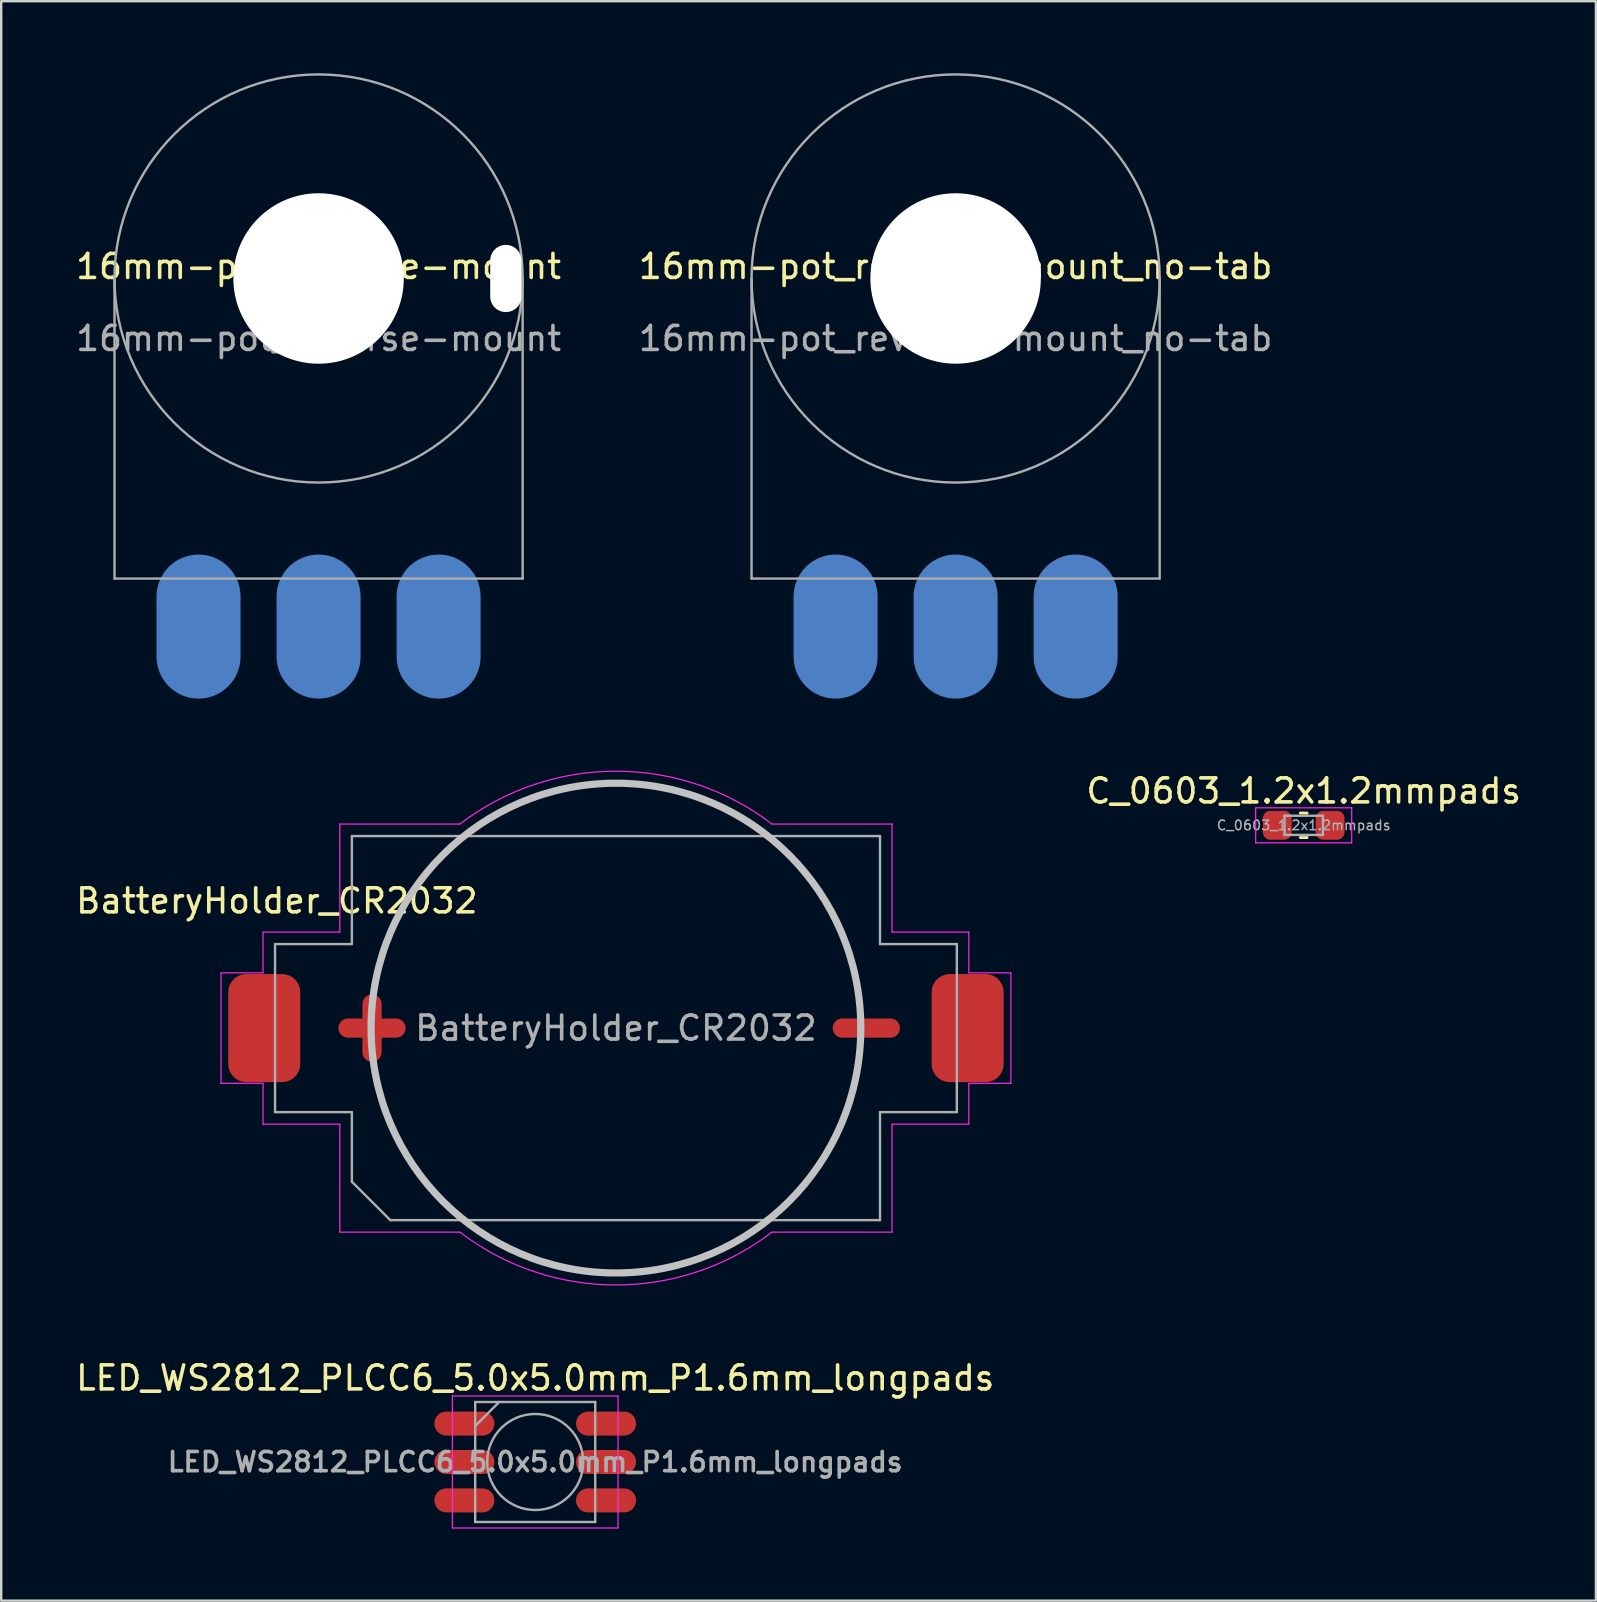
<source format=kicad_pcb>
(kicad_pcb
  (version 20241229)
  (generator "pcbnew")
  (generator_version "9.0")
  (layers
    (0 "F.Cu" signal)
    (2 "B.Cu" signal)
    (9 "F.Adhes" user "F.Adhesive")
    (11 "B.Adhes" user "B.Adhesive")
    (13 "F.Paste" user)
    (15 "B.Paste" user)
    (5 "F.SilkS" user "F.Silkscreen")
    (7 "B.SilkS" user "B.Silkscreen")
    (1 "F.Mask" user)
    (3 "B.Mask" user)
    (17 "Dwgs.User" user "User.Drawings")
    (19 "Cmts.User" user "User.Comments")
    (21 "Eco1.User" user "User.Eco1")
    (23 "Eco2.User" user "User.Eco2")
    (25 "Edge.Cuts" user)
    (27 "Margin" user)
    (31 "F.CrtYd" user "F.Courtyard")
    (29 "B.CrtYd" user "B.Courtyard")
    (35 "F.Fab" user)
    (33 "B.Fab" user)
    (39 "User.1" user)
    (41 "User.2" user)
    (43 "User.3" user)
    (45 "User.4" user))
  (footprint "BatteryHolder_CR2032"
    (layer "F.Cu")
    (at 22.607 39.775)
    (property "Reference" "BatteryHolder_CR2032" (at -14.125 -5.3 0) (layer "F.SilkS") (effects (font (size 1 1) (thickness 0.15))))
    (attr smd)
    (fp_line (start -10.16 -1) (end -10.16 1) (stroke (width 0.8) (type solid)) (layer "F.Cu"))
    (fp_line (start -9.16 0) (end -11.16 0) (stroke (width 0.8) (type solid)) (layer "F.Cu"))
    (fp_line (start 11.43 0) (end 9.43 0) (stroke (width 0.8) (type solid)) (layer "F.Cu"))
    (fp_circle (center 0 0) (end -10.2 0) (stroke (width 0.3) (type solid)) (fill no) (layer "Dwgs.User"))
    (fp_line (start -16.45 2.3) (end -16.45 -2.3) (stroke (width 0.05) (type solid)) (layer "F.CrtYd"))
    (fp_line (start -14.7 -4) (end -11.5 -4) (stroke (width 0.05) (type solid)) (layer "F.CrtYd"))
    (fp_line (start -14.7 -2.3) (end -16.45 -2.3) (stroke (width 0.05) (type solid)) (layer "F.CrtYd"))
    (fp_line (start -14.7 -2.3) (end -14.7 -4) (stroke (width 0.05) (type solid)) (layer "F.CrtYd"))
    (fp_line (start -14.7 2.3) (end -16.45 2.3) (stroke (width 0.05) (type solid)) (layer "F.CrtYd"))
    (fp_line (start -14.7 4) (end -14.7 2.3) (stroke (width 0.05) (type solid)) (layer "F.CrtYd"))
    (fp_line (start -14.7 4) (end -11.5 4) (stroke (width 0.05) (type solid)) (layer "F.CrtYd"))
    (fp_line (start -11.5 -8.5) (end -6.5 -8.5) (stroke (width 0.05) (type solid)) (layer "F.CrtYd"))
    (fp_line (start -11.5 -4) (end -11.5 -8.5) (stroke (width 0.05) (type solid)) (layer "F.CrtYd"))
    (fp_line (start -11.5 4) (end -11.5 8.5) (stroke (width 0.05) (type solid)) (layer "F.CrtYd"))
    (fp_line (start -6.5 8.5) (end -11.5 8.5) (stroke (width 0.05) (type solid)) (layer "F.CrtYd"))
    (fp_line (start 11.5 -8.5) (end 6.5 -8.5) (stroke (width 0.05) (type solid)) (layer "F.CrtYd"))
    (fp_line (start 11.5 -8.5) (end 11.5 -4) (stroke (width 0.05) (type solid)) (layer "F.CrtYd"))
    (fp_line (start 11.5 -4) (end 14.7 -4) (stroke (width 0.05) (type solid)) (layer "F.CrtYd"))
    (fp_line (start 11.5 4) (end 11.5 8.5) (stroke (width 0.05) (type solid)) (layer "F.CrtYd"))
    (fp_line (start 11.5 8.5) (end 6.5 8.5) (stroke (width 0.05) (type solid)) (layer "F.CrtYd"))
    (fp_line (start 14.7 -4) (end 14.7 -2.3) (stroke (width 0.05) (type solid)) (layer "F.CrtYd"))
    (fp_line (start 14.7 -2.3) (end 16.45 -2.3) (stroke (width 0.05) (type solid)) (layer "F.CrtYd"))
    (fp_line (start 14.7 2.3) (end 14.7 4) (stroke (width 0.05) (type solid)) (layer "F.CrtYd"))
    (fp_line (start 14.7 4) (end 11.5 4) (stroke (width 0.05) (type solid)) (layer "F.CrtYd"))
    (fp_line (start 16.45 -2.3) (end 16.45 2.3) (stroke (width 0.05) (type solid)) (layer "F.CrtYd"))
    (fp_line (start 16.45 2.3) (end 14.7 2.3) (stroke (width 0.05) (type solid)) (layer "F.CrtYd"))
    (fp_arc (start -6.499999 -8.5) (mid 0 -10.700467) (end 6.5 -8.5) (stroke (width 0.05) (type solid)) (layer "F.CrtYd"))
    (fp_arc (start 6.499999 8.5) (mid 0 10.700467) (end -6.5 8.5) (stroke (width 0.05) (type solid)) (layer "F.CrtYd"))
    (fp_line (start -14.2 -3.5) (end -11 -3.5) (stroke (width 0.1) (type solid)) (layer "F.Fab"))
    (fp_line (start -14.2 3.5) (end -14.2 -3.5) (stroke (width 0.1) (type solid)) (layer "F.Fab"))
    (fp_line (start -11 -8) (end -11 -3.5) (stroke (width 0.1) (type solid)) (layer "F.Fab"))
    (fp_line (start -11 3.5) (end -14.2 3.5) (stroke (width 0.1) (type solid)) (layer "F.Fab"))
    (fp_line (start -11 6.4) (end -11 3.5) (stroke (width 0.1) (type solid)) (layer "F.Fab"))
    (fp_line (start -9.4 8) (end -11 6.4) (stroke (width 0.1) (type solid)) (layer "F.Fab"))
    (fp_line (start 11 -8) (end -11 -8) (stroke (width 0.1) (type solid)) (layer "F.Fab"))
    (fp_line (start 11 -8) (end 11 -3.5) (stroke (width 0.1) (type solid)) (layer "F.Fab"))
    (fp_line (start 11 3.5) (end 14.2 3.5) (stroke (width 0.1) (type solid)) (layer "F.Fab"))
    (fp_line (start 11 8) (end -9.4 8) (stroke (width 0.1) (type solid)) (layer "F.Fab"))
    (fp_line (start 11 8) (end 11 3.5) (stroke (width 0.1) (type solid)) (layer "F.Fab"))
    (fp_line (start 14.2 -3.5) (end 11 -3.5) (stroke (width 0.1) (type solid)) (layer "F.Fab"))
    (fp_line (start 14.2 3.5) (end 14.2 -3.5) (stroke (width 0.1) (type solid)) (layer "F.Fab"))
    (fp_text user "${REFERENCE}" (at 0 0 0) (layer "F.Fab") (effects (font (size 1 1) (thickness 0.15))))
    (pad "1" smd roundrect (at -14.65 0 180) (size 3 4.5) (layers "F.Cu" "F.Mask" "F.Paste") (roundrect_rratio 0.25))
    (pad "2" smd roundrect (at 14.65 0 180) (size 3 4.5) (layers "F.Cu" "F.Mask" "F.Paste") (roundrect_rratio 0.25)))
  (footprint "LED_WS2812_PLCC6_5.0x5.0mm_P1.6mm_longpads"
    (layer "F.Cu")
    (at 19.244 57.849)
    (property "Reference" "LED_WS2812_PLCC6_5.0x5.0mm_P1.6mm_longpads" (at 0 -3.5 0) (layer "F.SilkS") (effects (font (size 1 1) (thickness 0.15))))
    (attr smd)
    (fp_line (start -3.45 -2.75) (end -3.45 2.75) (stroke (width 0.05) (type solid)) (layer "F.CrtYd"))
    (fp_line (start -3.45 2.75) (end 3.45 2.75) (stroke (width 0.05) (type solid)) (layer "F.CrtYd"))
    (fp_line (start 3.45 -2.75) (end -3.45 -2.75) (stroke (width 0.05) (type solid)) (layer "F.CrtYd"))
    (fp_line (start 3.45 2.75) (end 3.45 -2.75) (stroke (width 0.05) (type solid)) (layer "F.CrtYd"))
    (fp_line (start -2.5 -2.5) (end 2.5 -2.5) (stroke (width 0.1) (type solid)) (layer "F.Fab"))
    (fp_line (start -2.5 -1.5) (end -1.5 -2.5) (stroke (width 0.1) (type solid)) (layer "F.Fab"))
    (fp_line (start -2.5 2.5) (end -2.5 -2.5) (stroke (width 0.1) (type solid)) (layer "F.Fab"))
    (fp_line (start 2.5 -2.5) (end 2.5 2.5) (stroke (width 0.1) (type solid)) (layer "F.Fab"))
    (fp_line (start 2.5 2.5) (end -2.5 2.5) (stroke (width 0.1) (type solid)) (layer "F.Fab"))
    (fp_circle (center 0 0) (end 0 -2) (stroke (width 0.1) (type solid)) (fill no) (layer "F.Fab"))
    (fp_text user "${REFERENCE}" (at 0 0 0) (layer "F.Fab") (effects (font (size 0.8 0.8) (thickness 0.15))))
    (pad "1" smd oval (at -2.45 -1.6) (size 2.5 1) (drill (offset -0.5 0)) (layers "F.Cu" "F.Mask" "F.Paste"))
    (pad "2" smd oval (at -2.45 0) (size 2.5 1) (drill (offset -0.5 0)) (layers "F.Cu" "F.Mask" "F.Paste"))
    (pad "3" smd oval (at -2.45 1.6) (size 2.5 1) (drill (offset -0.5 0)) (layers "F.Cu" "F.Mask" "F.Paste"))
    (pad "4" smd oval (at 2.45 1.6) (size 2.5 1) (drill (offset 0.5 0)) (layers "F.Cu" "F.Mask" "F.Paste"))
    (pad "5" smd oval (at 2.45 0) (size 2.5 1) (drill (offset 0.5 0)) (layers "F.Cu" "F.Mask" "F.Paste"))
    (pad "6" smd oval (at 2.45 -1.6) (size 2.5 1) (drill (offset 0.5 0)) (layers "F.Cu" "F.Mask" "F.Paste")))
  (footprint "16mm-pot_reverse-mount"
    (layer "F.Cu")
    (at 10.22 8.55)
    (property "Reference" "16mm-pot_reverse-mount" (at 0 -0.5 0) (unlocked yes) (layer "F.SilkS") (effects (font (size 1 1) (thickness 0.15))))
    (fp_line (start -8.5 12.5) (end -8.5 0) (stroke (width 0.1) (type solid)) (layer "F.Fab"))
    (fp_line (start 8.5 0) (end 8.5 12.5) (stroke (width 0.1) (type solid)) (layer "F.Fab"))
    (fp_line (start 8.5 12.5) (end -8.5 12.5) (stroke (width 0.1) (type solid)) (layer "F.Fab"))
    (fp_circle (center 0 0) (end 8.5 0) (stroke (width 0.1) (type solid)) (fill no) (layer "F.Fab"))
    (fp_text user "${REFERENCE}" (at 0 2.5 0) (unlocked yes) (layer "F.Fab") (effects (font (size 1 1) (thickness 0.15))))
    (pad "" np_thru_hole circle (at 0 0) (size 7.1 7.1) (drill 7.1) (layers "*.Cu" "*.Mask"))
    (pad "" np_thru_hole oval (at 7.8 0) (size 1.3 2.8) (drill oval 1.3 2.8) (layers "*.Cu" "*.Mask"))
    (pad "1" smd oval (at -5 14.5) (size 3.5 6) (layers "B.Cu" "B.Mask" "B.Paste"))
    (pad "2" smd oval (at 0 14.5) (size 3.5 6) (layers "B.Cu" "B.Mask" "B.Paste"))
    (pad "3" smd oval (at 5 14.5) (size 3.5 6) (layers "B.Cu" "B.Mask" "B.Paste")))
  (footprint "16mm-pot_reverse-mount_no-tab"
    (layer "F.Cu")
    (at 36.756 8.55)
    (property "Reference" "16mm-pot_reverse-mount_no-tab" (at 0 -0.5 0) (unlocked yes) (layer "F.SilkS") (effects (font (size 1 1) (thickness 0.15))))
    (fp_line (start -8.5 12.5) (end -8.5 0) (stroke (width 0.1) (type solid)) (layer "F.Fab"))
    (fp_line (start 8.5 0) (end 8.5 12.5) (stroke (width 0.1) (type solid)) (layer "F.Fab"))
    (fp_line (start 8.5 12.5) (end -8.5 12.5) (stroke (width 0.1) (type solid)) (layer "F.Fab"))
    (fp_circle (center 0 0) (end 8.5 0) (stroke (width 0.1) (type solid)) (fill no) (layer "F.Fab"))
    (fp_text user "${REFERENCE}" (at 0 2.5 0) (unlocked yes) (layer "F.Fab") (effects (font (size 1 1) (thickness 0.15))))
    (pad "" np_thru_hole circle (at 0 0) (size 7.1 7.1) (drill 7.1) (layers "*.Cu" "*.Mask"))
    (pad "1" smd oval (at -5 14.5) (size 3.5 6) (layers "B.Cu" "B.Mask" "B.Paste"))
    (pad "2" smd oval (at 0 14.5) (size 3.5 6) (layers "B.Cu" "B.Mask" "B.Paste"))
    (pad "3" smd oval (at 5 14.5) (size 3.5 6) (layers "B.Cu" "B.Mask" "B.Paste")))
  (footprint "C_0603_1.2x1.2mmpads"
    (layer "F.Cu")
    (at 51.255 31.328)
    (property "Reference" "C_0603_1.2x1.2mmpads" (at 0 -1.43 0) (layer "F.SilkS") (effects (font (size 1 1) (thickness 0.15))))
    (attr smd)
    (fp_line (start -0.141 -0.51) (end 0.141 -0.51) (stroke (width 0.12) (type solid)) (layer "F.SilkS"))
    (fp_line (start -0.141 0.51) (end 0.141 0.51) (stroke (width 0.12) (type solid)) (layer "F.SilkS"))
    (fp_line (start -2 -0.73) (end 2 -0.73) (stroke (width 0.05) (type solid)) (layer "F.CrtYd"))
    (fp_line (start -2 0.73) (end -2 -0.73) (stroke (width 0.05) (type solid)) (layer "F.CrtYd"))
    (fp_line (start 2 -0.73) (end 2 0.73) (stroke (width 0.05) (type solid)) (layer "F.CrtYd"))
    (fp_line (start 2 0.73) (end -2 0.73) (stroke (width 0.05) (type solid)) (layer "F.CrtYd"))
    (fp_line (start -0.8 -0.4) (end 0.8 -0.4) (stroke (width 0.1) (type solid)) (layer "F.Fab"))
    (fp_line (start -0.8 0.4) (end -0.8 -0.4) (stroke (width 0.1) (type solid)) (layer "F.Fab"))
    (fp_line (start 0.8 -0.4) (end 0.8 0.4) (stroke (width 0.1) (type solid)) (layer "F.Fab"))
    (fp_line (start 0.8 0.4) (end -0.8 0.4) (stroke (width 0.1) (type solid)) (layer "F.Fab"))
    (fp_text user "${REFERENCE}" (at 0 0 0) (layer "F.Fab") (effects (font (size 0.4 0.4) (thickness 0.06))))
    (pad "1" smd roundrect (at -1.1 0) (size 1.2 1.2) (layers "F.Cu" "F.Mask" "F.Paste") (roundrect_rratio 0.25))
    (pad "2" smd roundrect (at 1.1 0) (size 1.2 1.2) (layers "F.Cu" "F.Mask" "F.Paste") (roundrect_rratio 0.25)))
  (gr_rect
    (start -3 -3)
    (end 63.427 63.624)
    (stroke (width 0.1) (type default))
    (fill no)
    (layer "Edge.Cuts")))
</source>
